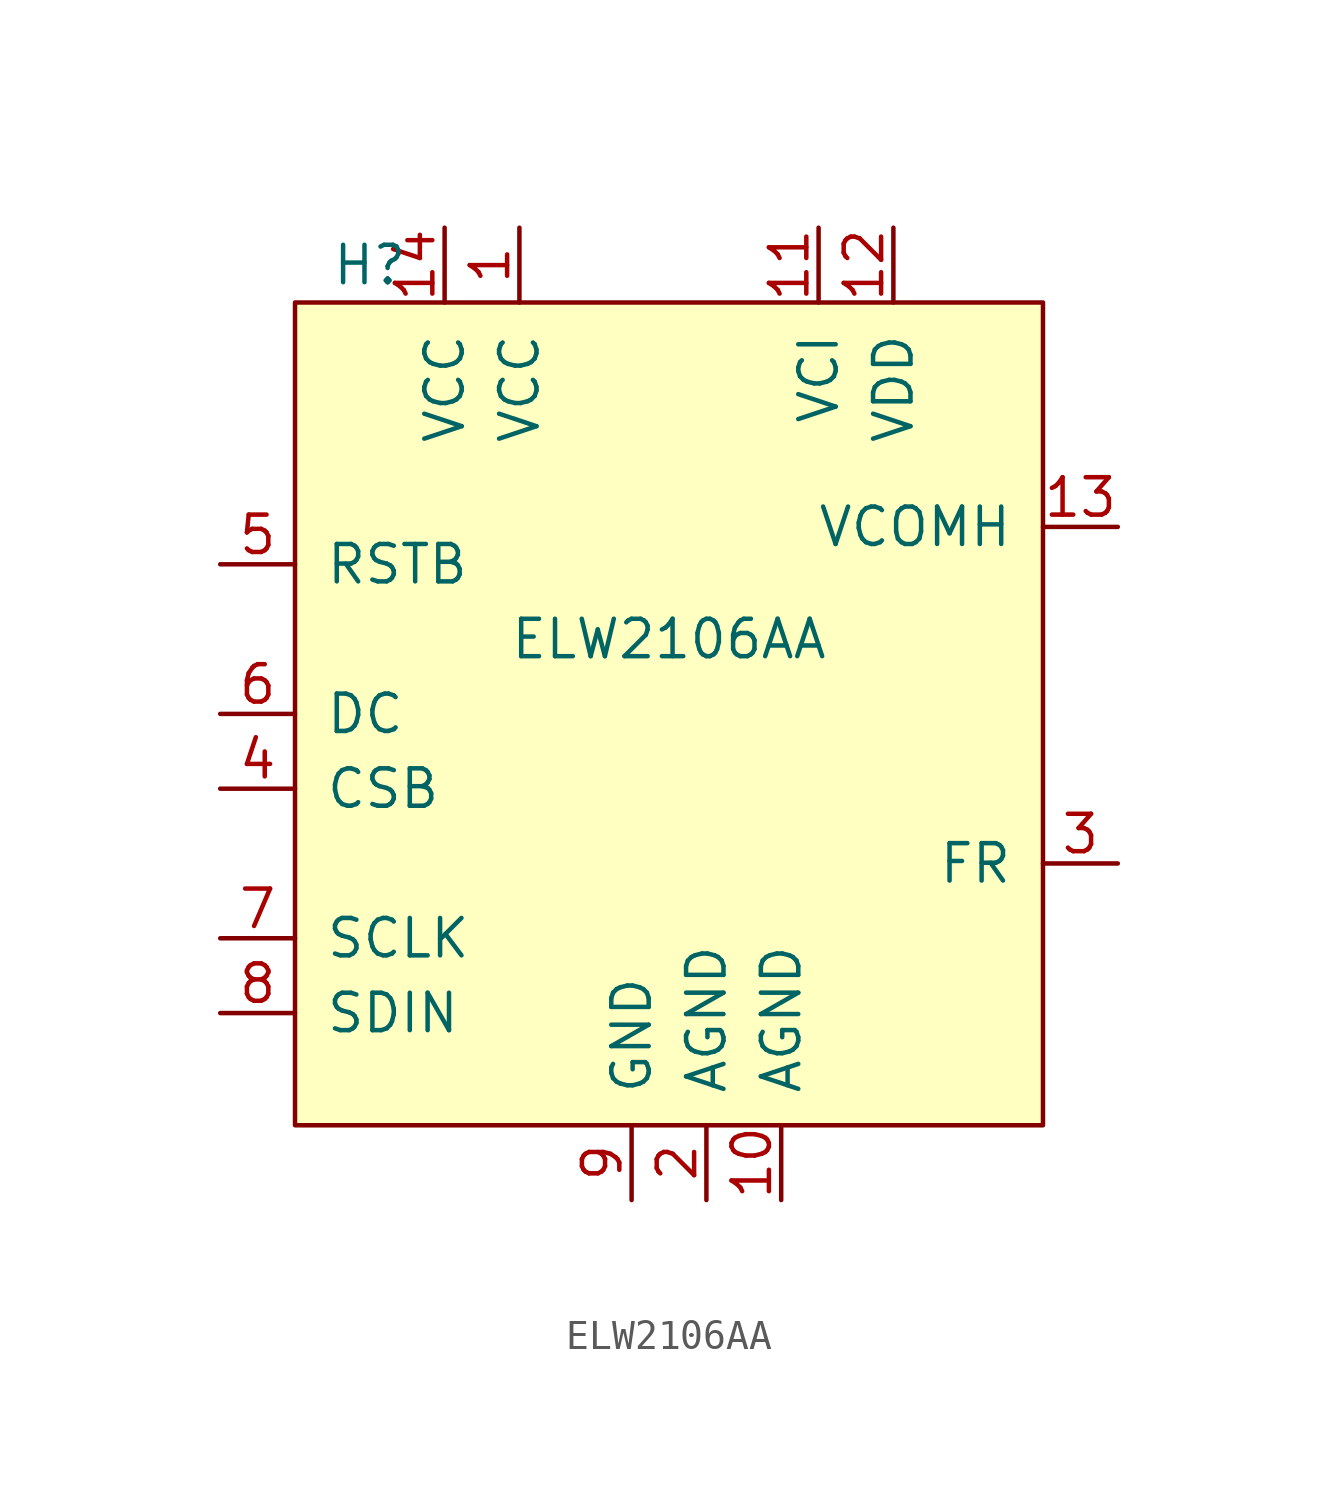
<source format=kicad_sym>
(kicad_symbol_lib
  (version 20211014)
  (generator kicad_symbol_editor)
  (symbol "ELW2106AA"
    (pin_names
      (offset 1.016))
    (property "Reference" "H"
      (at -10.16 15.24 0)
      (effects (font (size 1.27 1.27))))
    (property "Value" "ELW2106AA"
      (at 0 2.54 0)
      (effects (font (size 1.27 1.27))))
    (symbol "ELW2106AA_0_0"
      (pin power_in line (at -5.08 16.51 270) (length 2.54) (name "VCC" (effects (font (size 1.27 1.27)))) (number "1" (effects (font (size 1.27 1.27)))))
      (pin power_in line (at 3.81 -16.51 90) (length 2.54) (name "AGND" (effects (font (size 1.27 1.27)))) (number "10" (effects (font (size 1.27 1.27)))))
      (pin power_in line (at 5.08 16.51 270) (length 2.54) (name "VCI" (effects (font (size 1.27 1.27)))) (number "11" (effects (font (size 1.27 1.27)))))
      (pin power_in line (at 7.62 16.51 270) (length 2.54) (name "VDD" (effects (font (size 1.27 1.27)))) (number "12" (effects (font (size 1.27 1.27)))))
      (pin power_out line (at 15.24 6.35 180) (length 2.54) (name "VCOMH" (effects (font (size 1.27 1.27)))) (number "13" (effects (font (size 1.27 1.27)))))
      (pin power_in line (at -7.62 16.51 270) (length 2.54) (name "VCC" (effects (font (size 1.27 1.27)))) (number "14" (effects (font (size 1.27 1.27)))))
      (pin power_in line (at 1.27 -16.51 90) (length 2.54) (name "AGND" (effects (font (size 1.27 1.27)))) (number "2" (effects (font (size 1.27 1.27)))))
      (pin output line (at 15.24 -5.08 180) (length 2.54) (name "FR" (effects (font (size 1.27 1.27)))) (number "3" (effects (font (size 1.27 1.27)))))
      (pin input line (at -15.24 -2.54 0) (length 2.54) (name "CSB" (effects (font (size 1.27 1.27)))) (number "4" (effects (font (size 1.27 1.27)))))
      (pin input line (at -15.24 5.08 0) (length 2.54) (name "RSTB" (effects (font (size 1.27 1.27)))) (number "5" (effects (font (size 1.27 1.27)))))
      (pin input line (at -15.24 0 0) (length 2.54) (name "DC" (effects (font (size 1.27 1.27)))) (number "6" (effects (font (size 1.27 1.27)))))
      (pin input line (at -15.24 -7.62 0) (length 2.54) (name "SCLK" (effects (font (size 1.27 1.27)))) (number "7" (effects (font (size 1.27 1.27)))))
      (pin input line (at -15.24 -10.16 0) (length 2.54) (name "SDIN" (effects (font (size 1.27 1.27)))) (number "8" (effects (font (size 1.27 1.27)))))
      (pin power_in line (at -1.27 -16.51 90) (length 2.54) (name "GND" (effects (font (size 1.27 1.27)))) (number "9" (effects (font (size 1.27 1.27))))))
    (symbol "ELW2106AA_0_1"
      (rectangle (start -12.7 13.97) (end 12.7 -13.97) (stroke (width 0) (type default) (color 0 0 0 0)) (fill (type background))))))
</source>
